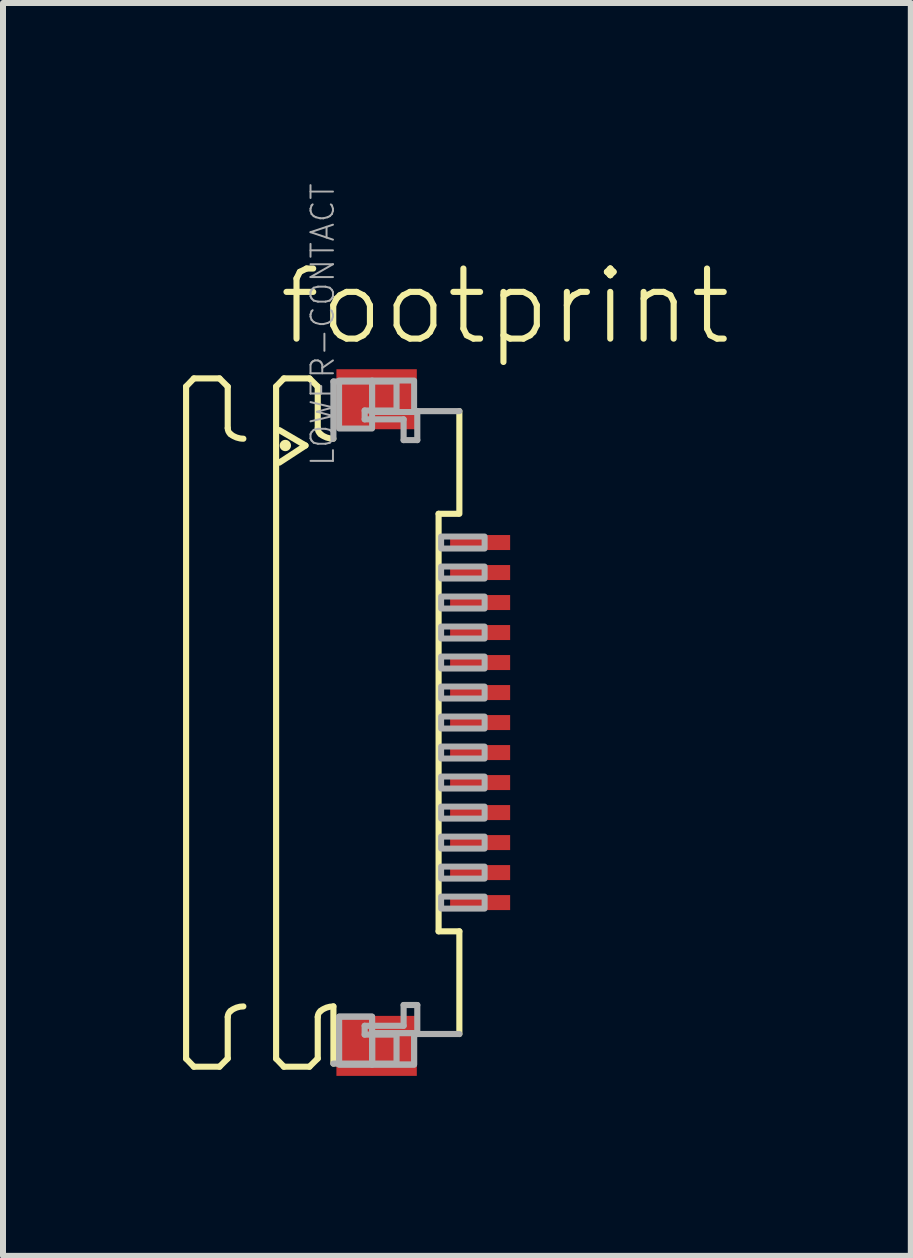
<source format=kicad_pcb>
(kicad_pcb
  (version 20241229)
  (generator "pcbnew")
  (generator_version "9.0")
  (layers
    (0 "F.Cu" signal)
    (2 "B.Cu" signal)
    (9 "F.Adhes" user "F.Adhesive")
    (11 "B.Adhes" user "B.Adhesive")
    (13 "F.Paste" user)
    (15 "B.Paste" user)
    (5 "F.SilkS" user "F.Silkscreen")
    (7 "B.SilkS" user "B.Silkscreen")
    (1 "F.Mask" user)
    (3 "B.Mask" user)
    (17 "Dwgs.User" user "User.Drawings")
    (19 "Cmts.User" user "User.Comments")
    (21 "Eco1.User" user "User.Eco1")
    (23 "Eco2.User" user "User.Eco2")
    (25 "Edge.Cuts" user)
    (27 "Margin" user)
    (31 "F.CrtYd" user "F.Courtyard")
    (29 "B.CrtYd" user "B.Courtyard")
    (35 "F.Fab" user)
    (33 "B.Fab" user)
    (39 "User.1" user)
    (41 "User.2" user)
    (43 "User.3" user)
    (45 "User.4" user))
  (footprint "footprint"
    (layer "F.Cu")
    (at 3.046 8.991)
    (property "Reference" "footprint" (at -1.5 -6.25 0) (layer "F.SilkS") (effects (font (size 1.168 1.168) (thickness 0.102)) (justify left bottom)))
    (fp_poly (pts (xy 1.355 -2.825) (xy 2.455 -2.825) (xy 2.455 -3.175) (xy 1.355 -3.175)) (stroke (width 0) (type solid)) (fill yes) (layer "F.Mask"))
    (fp_poly (pts (xy 1.355 -2.325) (xy 2.455 -2.325) (xy 2.455 -2.675) (xy 1.355 -2.675)) (stroke (width 0) (type solid)) (fill yes) (layer "F.Mask"))
    (fp_poly (pts (xy 1.355 -1.825) (xy 2.455 -1.825) (xy 2.455 -2.175) (xy 1.355 -2.175)) (stroke (width 0) (type solid)) (fill yes) (layer "F.Mask"))
    (fp_poly (pts (xy 1.355 -1.325) (xy 2.455 -1.325) (xy 2.455 -1.675) (xy 1.355 -1.675)) (stroke (width 0) (type solid)) (fill yes) (layer "F.Mask"))
    (fp_poly (pts (xy 1.355 -0.825) (xy 2.455 -0.825) (xy 2.455 -1.175) (xy 1.355 -1.175)) (stroke (width 0) (type solid)) (fill yes) (layer "F.Mask"))
    (fp_poly (pts (xy 1.355 -0.325) (xy 2.455 -0.325) (xy 2.455 -0.675) (xy 1.355 -0.675)) (stroke (width 0) (type solid)) (fill yes) (layer "F.Mask"))
    (fp_poly (pts (xy 1.355 0.175) (xy 2.455 0.175) (xy 2.455 -0.175) (xy 1.355 -0.175)) (stroke (width 0) (type solid)) (fill yes) (layer "F.Mask"))
    (fp_poly (pts (xy 1.355 0.675) (xy 2.455 0.675) (xy 2.455 0.325) (xy 1.355 0.325)) (stroke (width 0) (type solid)) (fill yes) (layer "F.Mask"))
    (fp_poly (pts (xy 1.355 1.175) (xy 2.455 1.175) (xy 2.455 0.825) (xy 1.355 0.825)) (stroke (width 0) (type solid)) (fill yes) (layer "F.Mask"))
    (fp_poly (pts (xy 1.355 1.675) (xy 2.455 1.675) (xy 2.455 1.325) (xy 1.355 1.325)) (stroke (width 0) (type solid)) (fill yes) (layer "F.Mask"))
    (fp_poly (pts (xy 1.355 2.175) (xy 2.455 2.175) (xy 2.455 1.825) (xy 1.355 1.825)) (stroke (width 0) (type solid)) (fill yes) (layer "F.Mask"))
    (fp_poly (pts (xy 1.355 2.675) (xy 2.455 2.675) (xy 2.455 2.325) (xy 1.355 2.325)) (stroke (width 0) (type solid)) (fill yes) (layer "F.Mask"))
    (fp_poly (pts (xy 1.355 3.175) (xy 2.455 3.175) (xy 2.455 2.825) (xy 1.355 2.825)) (stroke (width 0) (type solid)) (fill yes) (layer "F.Mask"))
    (fp_line (start -2.995 -5.6) (end -2.865 -5.735) (stroke (width 0.102) (type solid)) (layer "F.SilkS"))
    (fp_line (start -2.995 5.6) (end -2.995 -5.6) (stroke (width 0.102) (type solid)) (layer "F.SilkS"))
    (fp_line (start -2.995 5.6) (end -2.865 5.735) (stroke (width 0.102) (type solid)) (layer "F.SilkS"))
    (fp_line (start -2.865 -5.735) (end -2.438 -5.735) (stroke (width 0.102) (type solid)) (layer "F.SilkS"))
    (fp_line (start -2.865 5.735) (end -2.438 5.735) (stroke (width 0.102) (type solid)) (layer "F.SilkS"))
    (fp_line (start -2.438 -5.735) (end -2.301 -5.598) (stroke (width 0.102) (type solid)) (layer "F.SilkS"))
    (fp_line (start -2.438 5.735) (end -2.301 5.598) (stroke (width 0.102) (type solid)) (layer "F.SilkS"))
    (fp_line (start -2.301 -5.598) (end -2.301 -4.906) (stroke (width 0.102) (type solid)) (layer "F.SilkS"))
    (fp_line (start -2.301 5.598) (end -2.301 4.906) (stroke (width 0.102) (type solid)) (layer "F.SilkS"))
    (fp_line (start -1.495 -5.6) (end -1.365 -5.735) (stroke (width 0.102) (type solid)) (layer "F.SilkS"))
    (fp_line (start -1.495 5.6) (end -1.495 -5.6) (stroke (width 0.102) (type solid)) (layer "F.SilkS"))
    (fp_line (start -1.495 5.6) (end -1.365 5.735) (stroke (width 0.102) (type solid)) (layer "F.SilkS"))
    (fp_line (start -1.441 -4.873) (end -1.005 -4.617) (stroke (width 0.102) (type solid)) (layer "F.SilkS"))
    (fp_line (start -1.365 -5.735) (end -0.939 -5.735) (stroke (width 0.102) (type solid)) (layer "F.SilkS"))
    (fp_line (start -1.365 5.735) (end -0.939 5.735) (stroke (width 0.102) (type solid)) (layer "F.SilkS"))
    (fp_line (start -1.005 -4.617) (end -1.441 -4.332) (stroke (width 0.102) (type solid)) (layer "F.SilkS"))
    (fp_line (start -0.939 -5.735) (end -0.801 -5.598) (stroke (width 0.102) (type solid)) (layer "F.SilkS"))
    (fp_line (start -0.939 5.735) (end -0.801 5.598) (stroke (width 0.102) (type solid)) (layer "F.SilkS"))
    (fp_line (start -0.801 -5.598) (end -0.801 -4.906) (stroke (width 0.102) (type solid)) (layer "F.SilkS"))
    (fp_line (start -0.801 5.598) (end -0.801 4.906) (stroke (width 0.102) (type solid)) (layer "F.SilkS"))
    (fp_line (start -0.54 4.73) (end -0.54 5.683) (stroke (width 0.102) (type solid)) (layer "F.SilkS"))
    (fp_line (start 1.213 3.479) (end 1.213 -3.479) (stroke (width 0.102) (type solid)) (layer "F.SilkS"))
    (fp_line (start 1.538 -3.479) (end 1.213 -3.479) (stroke (width 0.102) (type solid)) (layer "F.SilkS"))
    (fp_line (start 1.559 -5.19) (end 1.559 -3.479) (stroke (width 0.102) (type solid)) (layer "F.SilkS"))
    (fp_line (start 1.559 3.479) (end 1.213 3.479) (stroke (width 0.102) (type solid)) (layer "F.SilkS"))
    (fp_line (start 1.559 5.19) (end 1.559 3.479) (stroke (width 0.102) (type solid)) (layer "F.SilkS"))
    (fp_arc (start -2.301 4.9057) (mid -2.288538 4.850596) (end -2.2536 4.806199) (stroke (width 0.1016) (type solid)) (layer "F.SilkS"))
    (fp_arc (start -2.2536 -4.806199) (mid -2.288538 -4.850596) (end -2.301 -4.9057) (stroke (width 0.1016) (type solid)) (layer "F.SilkS"))
    (fp_arc (start -2.2536 4.8062) (mid -2.153476 4.749935) (end -2.0403 4.730399) (stroke (width 0.1016) (type solid)) (layer "F.SilkS"))
    (fp_arc (start -2.0403 -4.730399) (mid -2.153476 -4.749935) (end -2.2536 -4.8062) (stroke (width 0.1016) (type solid)) (layer "F.SilkS"))
    (fp_arc (start -0.801 4.9057) (mid -0.788538 4.850596) (end -0.7536 4.806199) (stroke (width 0.1016) (type solid)) (layer "F.SilkS"))
    (fp_arc (start -0.7536 -4.806199) (mid -0.788538 -4.850596) (end -0.801 -4.9057) (stroke (width 0.1016) (type solid)) (layer "F.SilkS"))
    (fp_arc (start -0.7536 4.8062) (mid -0.653476 4.749935) (end -0.5403 4.730399) (stroke (width 0.1016) (type solid)) (layer "F.SilkS"))
    (fp_arc (start -0.5403 -4.730399) (mid -0.653476 -4.749935) (end -0.7536 -4.8062) (stroke (width 0.1016) (type solid)) (layer "F.SilkS"))
    (fp_circle (center -1.341 -4.617) (end -1.294 -4.617) (stroke (width 0.095) (type solid)) (fill yes) (layer "F.SilkS"))
    (fp_line (start -0.54 -5.683) (end 0.512 -5.683) (stroke (width 0.102) (type solid)) (layer "F.Fab"))
    (fp_line (start -0.54 -4.73) (end -0.54 -5.683) (stroke (width 0.102) (type solid)) (layer "F.Fab"))
    (fp_line (start -0.54 5.683) (end 0.512 5.683) (stroke (width 0.102) (type solid)) (layer "F.Fab"))
    (fp_line (start -0.019 -5.2) (end -0.019 -5.053) (stroke (width 0.102) (type solid)) (layer "F.Fab"))
    (fp_line (start -0.019 -5.053) (end 0.63 -5.053) (stroke (width 0.102) (type solid)) (layer "F.Fab"))
    (fp_line (start -0.019 5.053) (end 0.63 5.053) (stroke (width 0.102) (type solid)) (layer "F.Fab"))
    (fp_line (start -0.019 5.2) (end -0.019 5.053) (stroke (width 0.102) (type solid)) (layer "F.Fab"))
    (fp_line (start 0.512 -5.683) (end 0.512 -5.2) (stroke (width 0.102) (type solid)) (layer "F.Fab"))
    (fp_line (start 0.512 -5.2) (end -0.019 -5.2) (stroke (width 0.102) (type solid)) (layer "F.Fab"))
    (fp_line (start 0.512 5.2) (end -0.019 5.2) (stroke (width 0.102) (type solid)) (layer "F.Fab"))
    (fp_line (start 0.512 5.683) (end 0.512 5.2) (stroke (width 0.102) (type solid)) (layer "F.Fab"))
    (fp_line (start 0.63 -5.053) (end 0.63 -4.707) (stroke (width 0.102) (type solid)) (layer "F.Fab"))
    (fp_line (start 0.63 -4.707) (end 0.858 -4.707) (stroke (width 0.102) (type solid)) (layer "F.Fab"))
    (fp_line (start 0.63 4.707) (end 0.858 4.707) (stroke (width 0.102) (type solid)) (layer "F.Fab"))
    (fp_line (start 0.63 5.053) (end 0.63 4.707) (stroke (width 0.102) (type solid)) (layer "F.Fab"))
    (fp_line (start 0.858 -5.19) (end 1.559 -5.19) (stroke (width 0.102) (type solid)) (layer "F.Fab"))
    (fp_line (start 0.858 -4.707) (end 0.858 -5.19) (stroke (width 0.102) (type solid)) (layer "F.Fab"))
    (fp_line (start 0.858 4.707) (end 0.858 5.19) (stroke (width 0.102) (type solid)) (layer "F.Fab"))
    (fp_line (start 0.858 5.19) (end 1.559 5.19) (stroke (width 0.102) (type solid)) (layer "F.Fab"))
    (fp_poly (pts (xy -0.445 -4.9) (xy 0.105 -4.9) (xy 0.105 -5.7) (xy -0.445 -5.7)) (stroke (width 0.1) (type solid)) (fill no) (layer "F.Fab"))
    (fp_poly (pts (xy -0.445 5.7) (xy 0.105 5.7) (xy 0.105 4.9) (xy -0.445 4.9)) (stroke (width 0.1) (type solid)) (fill no) (layer "F.Fab"))
    (fp_poly (pts (xy -0.445 5.7) (xy 0.105 5.7) (xy 0.105 4.9) (xy -0.445 4.9)) (stroke (width 0.1) (type solid)) (fill no) (layer "F.Fab"))
    (fp_poly (pts (xy 0.105 -5.175) (xy 0.805 -5.175) (xy 0.805 -5.7) (xy 0.105 -5.7)) (stroke (width 0.1) (type solid)) (fill no) (layer "F.Fab"))
    (fp_poly (pts (xy 0.105 5.7) (xy 0.805 5.7) (xy 0.805 5.175) (xy 0.105 5.175)) (stroke (width 0.1) (type solid)) (fill no) (layer "F.Fab"))
    (fp_poly (pts (xy 0.105 5.7) (xy 0.805 5.7) (xy 0.805 5.175) (xy 0.105 5.175)) (stroke (width 0.1) (type solid)) (fill no) (layer "F.Fab"))
    (fp_poly (pts (xy 1.255 -2.9) (xy 1.98 -2.9) (xy 1.98 -3.1) (xy 1.255 -3.1)) (stroke (width 0.1) (type solid)) (fill no) (layer "F.Fab"))
    (fp_poly (pts (xy 1.255 -2.4) (xy 1.98 -2.4) (xy 1.98 -2.6) (xy 1.255 -2.6)) (stroke (width 0.1) (type solid)) (fill no) (layer "F.Fab"))
    (fp_poly (pts (xy 1.255 -1.9) (xy 1.98 -1.9) (xy 1.98 -2.1) (xy 1.255 -2.1)) (stroke (width 0.1) (type solid)) (fill no) (layer "F.Fab"))
    (fp_poly (pts (xy 1.255 -1.4) (xy 1.98 -1.4) (xy 1.98 -1.6) (xy 1.255 -1.6)) (stroke (width 0.1) (type solid)) (fill no) (layer "F.Fab"))
    (fp_poly (pts (xy 1.255 -0.9) (xy 1.98 -0.9) (xy 1.98 -1.1) (xy 1.255 -1.1)) (stroke (width 0.1) (type solid)) (fill no) (layer "F.Fab"))
    (fp_poly (pts (xy 1.255 -0.4) (xy 1.98 -0.4) (xy 1.98 -0.6) (xy 1.255 -0.6)) (stroke (width 0.1) (type solid)) (fill no) (layer "F.Fab"))
    (fp_poly (pts (xy 1.255 0.1) (xy 1.98 0.1) (xy 1.98 -0.1) (xy 1.255 -0.1)) (stroke (width 0.1) (type solid)) (fill no) (layer "F.Fab"))
    (fp_poly (pts (xy 1.255 0.6) (xy 1.98 0.6) (xy 1.98 0.4) (xy 1.255 0.4)) (stroke (width 0.1) (type solid)) (fill no) (layer "F.Fab"))
    (fp_poly (pts (xy 1.255 1.1) (xy 1.98 1.1) (xy 1.98 0.9) (xy 1.255 0.9)) (stroke (width 0.1) (type solid)) (fill no) (layer "F.Fab"))
    (fp_poly (pts (xy 1.255 1.6) (xy 1.98 1.6) (xy 1.98 1.4) (xy 1.255 1.4)) (stroke (width 0.1) (type solid)) (fill no) (layer "F.Fab"))
    (fp_poly (pts (xy 1.255 2.1) (xy 1.98 2.1) (xy 1.98 1.9) (xy 1.255 1.9)) (stroke (width 0.1) (type solid)) (fill no) (layer "F.Fab"))
    (fp_poly (pts (xy 1.255 2.6) (xy 1.98 2.6) (xy 1.98 2.4) (xy 1.255 2.4)) (stroke (width 0.1) (type solid)) (fill no) (layer "F.Fab"))
    (fp_poly (pts (xy 1.255 3.1) (xy 1.98 3.1) (xy 1.98 2.9) (xy 1.255 2.9)) (stroke (width 0.1) (type solid)) (fill no) (layer "F.Fab"))
    (fp_text user "LOWER-CONTACT" (at -0.5 -4.25 270) (layer "F.Fab") (effects (font (size 0.374 0.374) (thickness 0.033)) (justify left bottom)))
    (pad "1" smd rect (at 1.905 -3) (size 1 0.25) (layers "F.Cu" "F.Paste"))
    (pad "2" smd rect (at 1.905 -2.5) (size 1 0.25) (layers "F.Cu" "F.Paste"))
    (pad "3" smd rect (at 1.905 -2) (size 1 0.25) (layers "F.Cu" "F.Paste"))
    (pad "4" smd rect (at 1.905 -1.5) (size 1 0.25) (layers "F.Cu" "F.Paste"))
    (pad "5" smd rect (at 1.905 -1) (size 1 0.25) (layers "F.Cu" "F.Paste"))
    (pad "6" smd rect (at 1.905 -0.5) (size 1 0.25) (layers "F.Cu" "F.Paste"))
    (pad "7" smd rect (at 1.905 0) (size 1 0.25) (layers "F.Cu" "F.Paste"))
    (pad "8" smd rect (at 1.905 0.5) (size 1 0.25) (layers "F.Cu" "F.Paste"))
    (pad "9" smd rect (at 1.905 1) (size 1 0.25) (layers "F.Cu" "F.Paste"))
    (pad "10" smd rect (at 1.905 1.5) (size 1 0.25) (layers "F.Cu" "F.Paste"))
    (pad "11" smd rect (at 1.905 2) (size 1 0.25) (layers "F.Cu" "F.Paste"))
    (pad "12" smd rect (at 1.905 2.5) (size 1 0.25) (layers "F.Cu" "F.Paste"))
    (pad "13" smd rect (at 1.905 3) (size 1 0.25) (layers "F.Cu" "F.Paste"))
    (pad "M1" smd rect (at 0.18 -5.388) (size 1.34 1) (layers "F.Cu" "F.Mask" "F.Paste"))
    (pad "M2" smd rect (at 0.18 5.388) (size 1.34 1) (layers "F.Cu" "F.Mask" "F.Paste")))
  (gr_rect
    (start -3 -3)
    (end 12.128 17.878)
    (stroke (width 0.1) (type default))
    (fill no)
    (layer "Edge.Cuts")))
</source>
